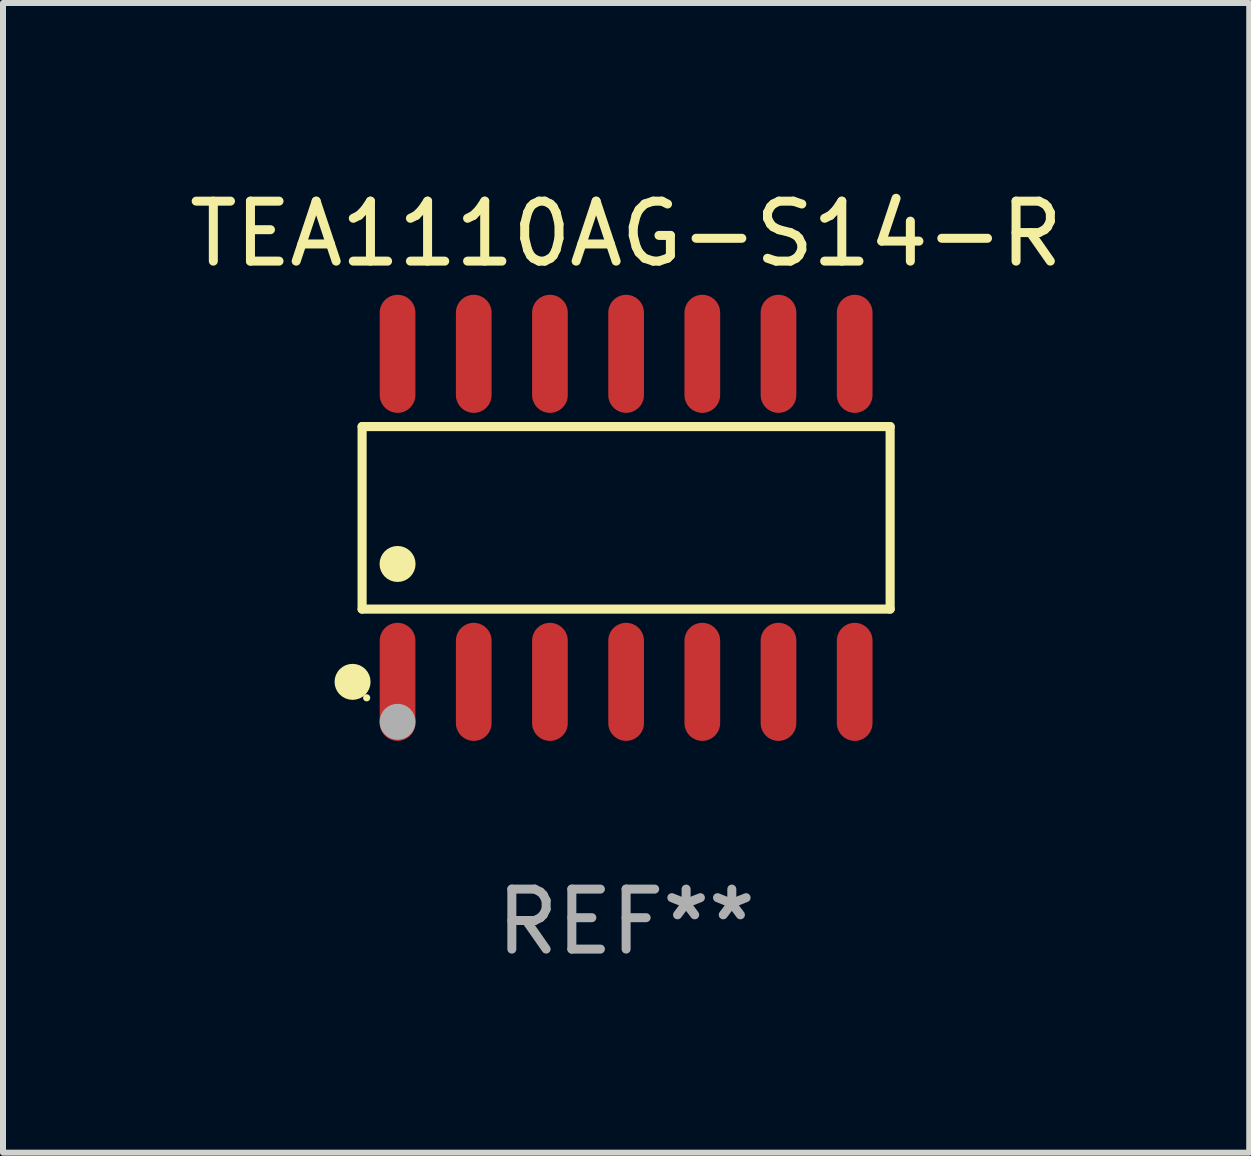
<source format=kicad_pcb>
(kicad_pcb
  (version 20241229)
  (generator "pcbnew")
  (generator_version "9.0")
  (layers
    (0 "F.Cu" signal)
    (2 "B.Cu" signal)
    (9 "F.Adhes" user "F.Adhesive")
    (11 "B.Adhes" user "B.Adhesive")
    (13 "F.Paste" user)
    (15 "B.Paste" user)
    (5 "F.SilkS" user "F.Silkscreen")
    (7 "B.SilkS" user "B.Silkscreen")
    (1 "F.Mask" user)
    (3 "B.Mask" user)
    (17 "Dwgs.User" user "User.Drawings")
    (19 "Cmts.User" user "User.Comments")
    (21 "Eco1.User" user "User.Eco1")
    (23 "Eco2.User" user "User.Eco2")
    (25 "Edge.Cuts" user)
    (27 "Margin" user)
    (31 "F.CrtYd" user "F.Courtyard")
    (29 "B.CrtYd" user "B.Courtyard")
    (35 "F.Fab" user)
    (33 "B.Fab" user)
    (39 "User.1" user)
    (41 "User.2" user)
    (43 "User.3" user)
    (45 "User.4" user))
  (footprint "TEA1110AG-S14-R"
    (layer "F.Cu")
    (at 7.387 5.582)
    (property "Reference" "TEA1110AG-S14-R" (at 0 -4.734 0) (layer "F.SilkS") (effects (font (size 1 1) (thickness 0.15))))
    (attr through_hole)
    (fp_line (start -4.401 -1.521) (end 4.401 -1.521) (stroke (width 0.152) (type solid)) (layer "F.SilkS"))
    (fp_line (start -4.401 1.521) (end -4.401 -1.521) (stroke (width 0.152) (type solid)) (layer "F.SilkS"))
    (fp_line (start 4.401 -1.521) (end 4.401 1.521) (stroke (width 0.152) (type solid)) (layer "F.SilkS"))
    (fp_line (start 4.401 1.521) (end -4.401 1.521) (stroke (width 0.152) (type solid)) (layer "F.SilkS"))
    (fp_circle (center -4.56 2.734) (end -4.41 2.734) (stroke (width 0.3) (type solid)) (fill no) (layer "F.SilkS"))
    (fp_circle (center -4.325 3) (end -4.295 3) (stroke (width 0.06) (type solid)) (fill no) (layer "F.SilkS"))
    (fp_circle (center -3.81 0.769) (end -3.66 0.769) (stroke (width 0.3) (type solid)) (fill no) (layer "F.SilkS"))
    (fp_circle (center -3.81 3.4) (end -3.66 3.4) (stroke (width 0.3) (type solid)) (fill no) (layer "F.Fab"))
    (fp_text user "REF**" (at 0 6.734 0) (layer "F.Fab") (effects (font (size 1 1) (thickness 0.15))))
    (pad "1" smd oval (at -3.81 2.734) (size 0.595 1.968) (layers "F.Cu" "F.Mask" "F.Paste"))
    (pad "2" smd oval (at -2.54 2.734) (size 0.595 1.968) (layers "F.Cu" "F.Mask" "F.Paste"))
    (pad "3" smd oval (at -1.27 2.734) (size 0.595 1.968) (layers "F.Cu" "F.Mask" "F.Paste"))
    (pad "4" smd oval (at 0 2.734) (size 0.595 1.968) (layers "F.Cu" "F.Mask" "F.Paste"))
    (pad "5" smd oval (at 1.27 2.734) (size 0.595 1.968) (layers "F.Cu" "F.Mask" "F.Paste"))
    (pad "6" smd oval (at 2.54 2.734) (size 0.595 1.968) (layers "F.Cu" "F.Mask" "F.Paste"))
    (pad "7" smd oval (at 3.81 2.734) (size 0.595 1.968) (layers "F.Cu" "F.Mask" "F.Paste"))
    (pad "8" smd oval (at 3.81 -2.734) (size 0.595 1.968) (layers "F.Cu" "F.Mask" "F.Paste"))
    (pad "9" smd oval (at 2.54 -2.734) (size 0.595 1.968) (layers "F.Cu" "F.Mask" "F.Paste"))
    (pad "10" smd oval (at 1.27 -2.734) (size 0.595 1.968) (layers "F.Cu" "F.Mask" "F.Paste"))
    (pad "11" smd oval (at 0 -2.734) (size 0.595 1.968) (layers "F.Cu" "F.Mask" "F.Paste"))
    (pad "12" smd oval (at -1.27 -2.734) (size 0.595 1.968) (layers "F.Cu" "F.Mask" "F.Paste"))
    (pad "13" smd oval (at -2.54 -2.734) (size 0.595 1.968) (layers "F.Cu" "F.Mask" "F.Paste"))
    (pad "14" smd oval (at -3.81 -2.734) (size 0.595 1.968) (layers "F.Cu" "F.Mask" "F.Paste")))
  (gr_rect
    (start -3 -3)
    (end 17.774 16.164)
    (stroke (width 0.1) (type default))
    (fill no)
    (layer "Edge.Cuts")))
</source>
